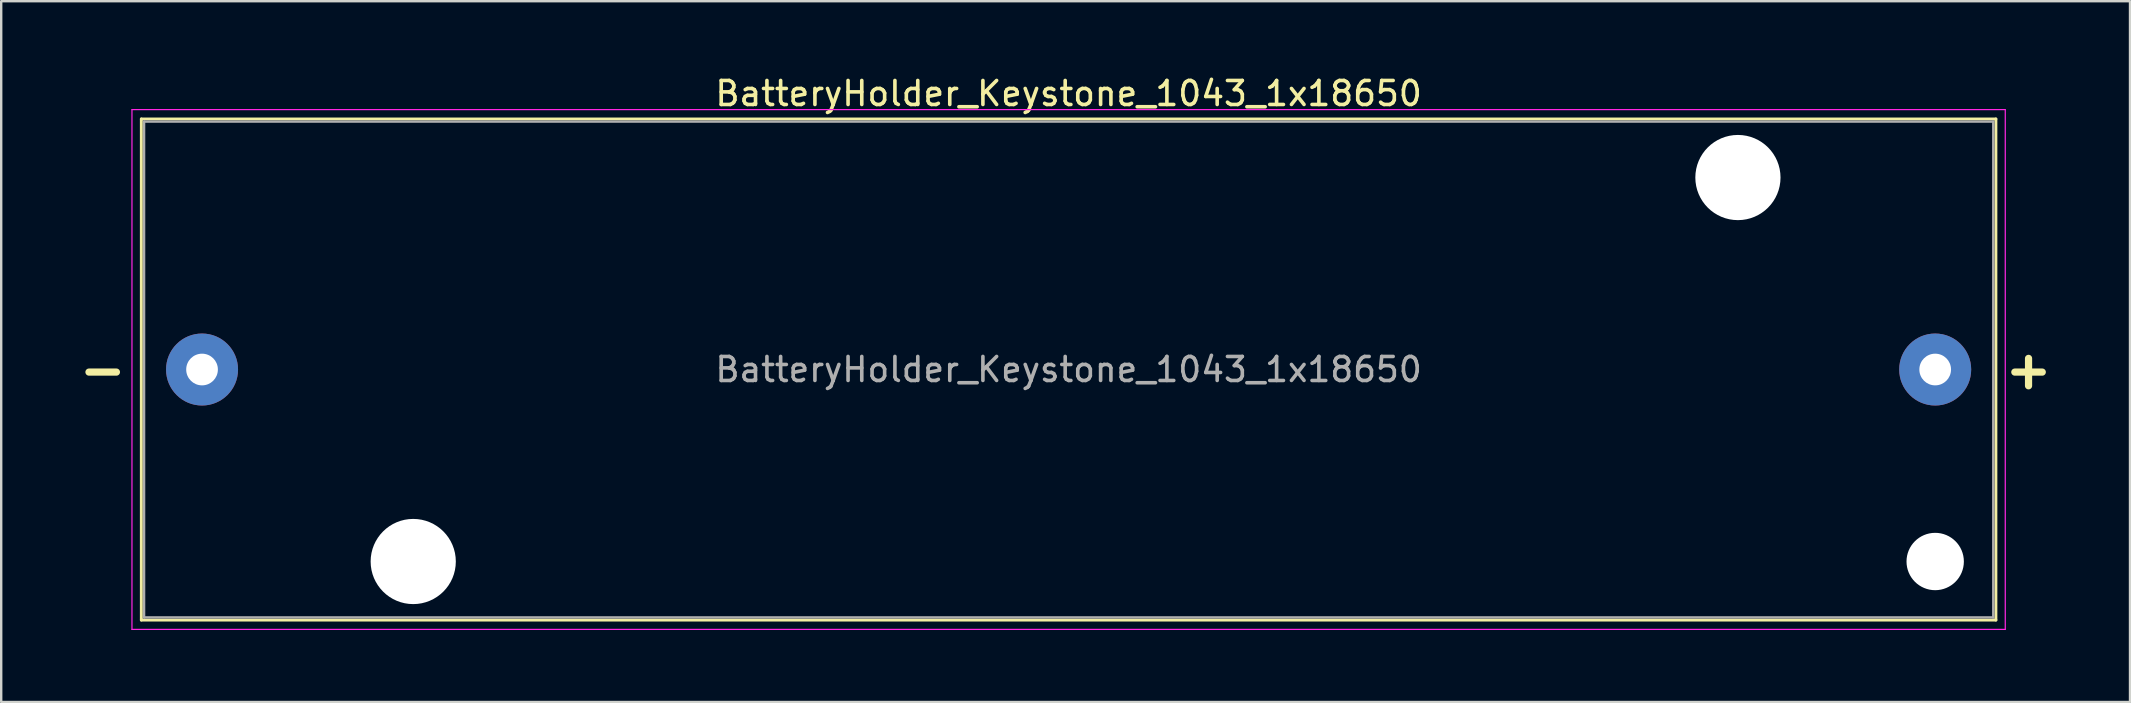
<source format=kicad_pcb>
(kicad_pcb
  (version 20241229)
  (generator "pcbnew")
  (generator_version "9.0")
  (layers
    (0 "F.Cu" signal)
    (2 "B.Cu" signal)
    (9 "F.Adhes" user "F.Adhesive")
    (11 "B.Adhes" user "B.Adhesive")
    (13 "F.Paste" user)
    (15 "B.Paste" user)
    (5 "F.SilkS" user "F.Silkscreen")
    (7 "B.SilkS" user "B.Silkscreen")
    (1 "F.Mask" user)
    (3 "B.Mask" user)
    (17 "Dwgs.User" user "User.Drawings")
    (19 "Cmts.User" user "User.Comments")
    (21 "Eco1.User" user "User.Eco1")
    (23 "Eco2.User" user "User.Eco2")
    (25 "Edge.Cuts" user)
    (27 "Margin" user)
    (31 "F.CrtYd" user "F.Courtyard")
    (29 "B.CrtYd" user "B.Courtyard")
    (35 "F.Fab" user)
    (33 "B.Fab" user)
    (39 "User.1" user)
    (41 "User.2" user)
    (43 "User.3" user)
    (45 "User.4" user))
  (footprint "BatteryHolder_Keystone_1043_1x18650"
    (layer "F.Cu")
    (at 77.589 12.348)
    (property "Reference" "BatteryHolder_Keystone_1043_1x18650" (at -36.11 -11.5 0) (layer "F.SilkS") (effects (font (size 1 1) (thickness 0.15))))
    (attr smd)
    (fp_line (start -74.75 -10.44) (end -74.75 10.44) (stroke (width 0.12) (type solid)) (layer "F.SilkS"))
    (fp_line (start 2.53 -10.44) (end -74.75 -10.44) (stroke (width 0.12) (type solid)) (layer "F.SilkS"))
    (fp_line (start 2.53 10.44) (end -74.75 10.44) (stroke (width 0.12) (type solid)) (layer "F.SilkS"))
    (fp_line (start 2.53 10.44) (end 2.53 -10.44) (stroke (width 0.12) (type solid)) (layer "F.SilkS"))
    (fp_line (start -75.14 -10.83) (end 2.92 -10.83) (stroke (width 0.05) (type solid)) (layer "F.CrtYd"))
    (fp_line (start -75.14 10.83) (end -75.14 -10.83) (stroke (width 0.05) (type solid)) (layer "F.CrtYd"))
    (fp_line (start -75.14 10.83) (end 2.92 10.83) (stroke (width 0.05) (type solid)) (layer "F.CrtYd"))
    (fp_line (start 2.92 10.83) (end 2.92 -10.83) (stroke (width 0.05) (type solid)) (layer "F.CrtYd"))
    (fp_line (start -74.635 -10.33) (end -74.635 10.33) (stroke (width 0.1) (type solid)) (layer "F.Fab"))
    (fp_line (start -74.635 -10.33) (end 2.415 -10.33) (stroke (width 0.1) (type solid)) (layer "F.Fab"))
    (fp_line (start -74.635 10.33) (end 2.415 10.33) (stroke (width 0.1) (type solid)) (layer "F.Fab"))
    (fp_line (start 2.42 -10.33) (end 2.42 10.33) (stroke (width 0.1) (type solid)) (layer "F.Fab"))
    (fp_text user "+" (at 3.89 0 0) (layer "F.SilkS") (effects (font (size 1.5 1.5) (thickness 0.3))))
    (fp_text user "-" (at -76.36 0 0) (layer "F.SilkS") (effects (font (size 1.5 1.5) (thickness 0.3))))
    (fp_text user "${REFERENCE}" (at -36.11 0 0) (layer "F.Fab") (effects (font (size 1 1) (thickness 0.15))))
    (pad "" np_thru_hole circle (at -63.42 8) (size 3.55 3.55) (drill 3.55) (layers "*.Cu" "*.Mask"))
    (pad "" np_thru_hole circle (at -8.22 -8) (size 3.55 3.55) (drill 3.55) (layers "*.Cu" "*.Mask"))
    (pad "" np_thru_hole circle (at 0 8) (size 2.39 2.39) (drill 2.39) (layers "*.Cu" "*.Mask"))
    (pad "1" thru_hole circle (at 0 0) (size 3 3) (drill 1.32) (layers "*.Cu" "*.Mask"))
    (pad "2" thru_hole circle (at -72.22 0) (size 3 3) (drill 1.32) (layers "*.Cu" "*.Mask")))
  (gr_rect
    (start -3 -3)
    (end 85.707 26.203)
    (stroke (width 0.1) (type default))
    (fill no)
    (layer "Edge.Cuts")))
</source>
